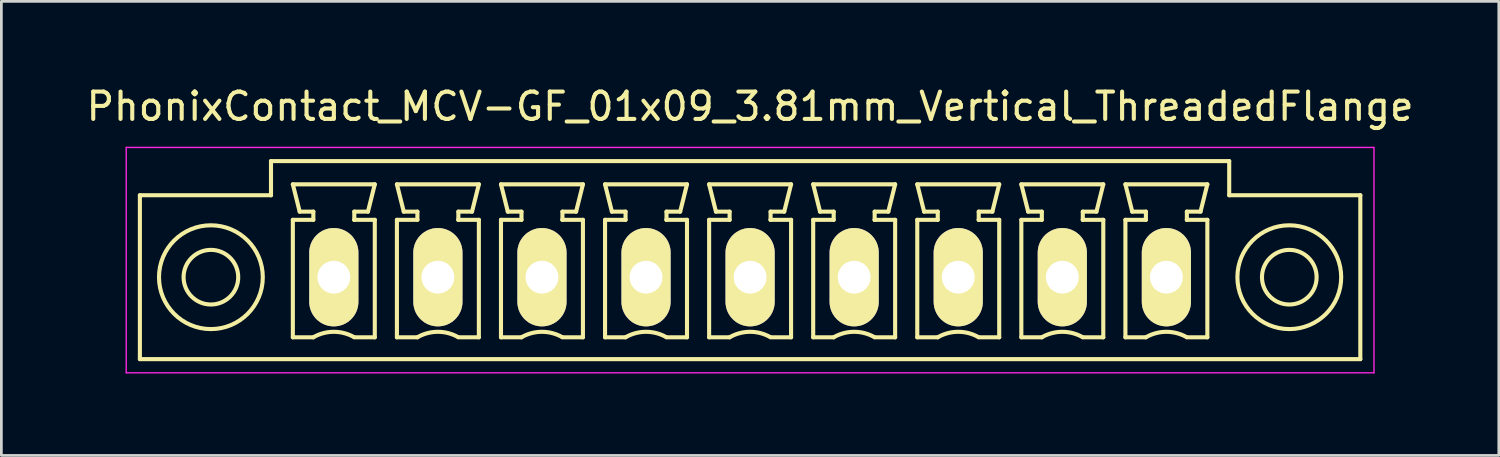
<source format=kicad_pcb>
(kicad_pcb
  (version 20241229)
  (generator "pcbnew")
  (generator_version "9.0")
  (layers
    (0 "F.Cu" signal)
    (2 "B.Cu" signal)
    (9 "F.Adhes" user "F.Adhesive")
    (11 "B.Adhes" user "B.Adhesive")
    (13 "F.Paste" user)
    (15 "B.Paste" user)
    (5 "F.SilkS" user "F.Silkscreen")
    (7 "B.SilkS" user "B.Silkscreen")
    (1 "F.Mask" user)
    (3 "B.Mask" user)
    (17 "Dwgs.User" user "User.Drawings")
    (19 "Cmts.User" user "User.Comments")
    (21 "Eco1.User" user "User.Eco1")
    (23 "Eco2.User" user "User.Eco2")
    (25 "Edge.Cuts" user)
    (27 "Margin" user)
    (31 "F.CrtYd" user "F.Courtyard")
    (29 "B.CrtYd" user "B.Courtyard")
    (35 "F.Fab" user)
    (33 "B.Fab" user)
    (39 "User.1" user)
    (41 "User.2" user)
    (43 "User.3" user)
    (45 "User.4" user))
  (footprint "PhonixContact_MCV-GF_01x09_3.81mm_Vertical_ThreadedFlange"
    (layer "F.Cu")
    (at 9.171 7.098)
    (property "Reference" "PhonixContact_MCV-GF_01x09_3.81mm_Vertical_ThreadedFlange" (at 15.24 -6.25 0) (layer "F.SilkS") (effects (font (size 1 1) (thickness 0.15))))
    (attr through_hole)
    (fp_line (start -7.1 -3) (end -7.1 3) (stroke (width 0.15) (type solid)) (layer "F.SilkS"))
    (fp_line (start -7.1 3) (end 37.58 3) (stroke (width 0.15) (type solid)) (layer "F.SilkS"))
    (fp_line (start -2.3 -4.25) (end -2.3 -3) (stroke (width 0.15) (type solid)) (layer "F.SilkS"))
    (fp_line (start -2.3 -3) (end -7.1 -3) (stroke (width 0.15) (type solid)) (layer "F.SilkS"))
    (fp_line (start -1.5 -3.4) (end 1.5 -3.4) (stroke (width 0.15) (type solid)) (layer "F.SilkS"))
    (fp_line (start -1.5 -2.1) (end -0.75 -2.1) (stroke (width 0.15) (type solid)) (layer "F.SilkS"))
    (fp_line (start -1.5 2.2) (end -1.5 -2.1) (stroke (width 0.15) (type solid)) (layer "F.SilkS"))
    (fp_line (start -1.25 -2.4) (end -1.5 -3.4) (stroke (width 0.15) (type solid)) (layer "F.SilkS"))
    (fp_line (start -0.75 -2.4) (end -1.25 -2.4) (stroke (width 0.15) (type solid)) (layer "F.SilkS"))
    (fp_line (start -0.75 -2.1) (end -0.75 -2.4) (stroke (width 0.15) (type solid)) (layer "F.SilkS"))
    (fp_line (start -0.75 2.2) (end -1.5 2.2) (stroke (width 0.15) (type solid)) (layer "F.SilkS"))
    (fp_line (start 0.75 -2.4) (end 0.75 -2.1) (stroke (width 0.15) (type solid)) (layer "F.SilkS"))
    (fp_line (start 0.75 -2.1) (end 0.75 -2.1) (stroke (width 0.15) (type solid)) (layer "F.SilkS"))
    (fp_line (start 0.75 -2.1) (end 1.5 -2.1) (stroke (width 0.15) (type solid)) (layer "F.SilkS"))
    (fp_line (start 1.25 -2.4) (end 0.75 -2.4) (stroke (width 0.15) (type solid)) (layer "F.SilkS"))
    (fp_line (start 1.5 -3.4) (end 1.25 -2.4) (stroke (width 0.15) (type solid)) (layer "F.SilkS"))
    (fp_line (start 1.5 -2.1) (end 1.5 2.2) (stroke (width 0.15) (type solid)) (layer "F.SilkS"))
    (fp_line (start 1.5 2.2) (end 0.75 2.2) (stroke (width 0.15) (type solid)) (layer "F.SilkS"))
    (fp_line (start 2.31 -3.4) (end 5.31 -3.4) (stroke (width 0.15) (type solid)) (layer "F.SilkS"))
    (fp_line (start 2.31 -2.1) (end 3.06 -2.1) (stroke (width 0.15) (type solid)) (layer "F.SilkS"))
    (fp_line (start 2.31 2.2) (end 2.31 -2.1) (stroke (width 0.15) (type solid)) (layer "F.SilkS"))
    (fp_line (start 2.56 -2.4) (end 2.31 -3.4) (stroke (width 0.15) (type solid)) (layer "F.SilkS"))
    (fp_line (start 3.06 -2.4) (end 2.56 -2.4) (stroke (width 0.15) (type solid)) (layer "F.SilkS"))
    (fp_line (start 3.06 -2.1) (end 3.06 -2.4) (stroke (width 0.15) (type solid)) (layer "F.SilkS"))
    (fp_line (start 3.06 2.2) (end 2.31 2.2) (stroke (width 0.15) (type solid)) (layer "F.SilkS"))
    (fp_line (start 4.56 -2.4) (end 4.56 -2.1) (stroke (width 0.15) (type solid)) (layer "F.SilkS"))
    (fp_line (start 4.56 -2.1) (end 4.56 -2.1) (stroke (width 0.15) (type solid)) (layer "F.SilkS"))
    (fp_line (start 4.56 -2.1) (end 5.31 -2.1) (stroke (width 0.15) (type solid)) (layer "F.SilkS"))
    (fp_line (start 5.06 -2.4) (end 4.56 -2.4) (stroke (width 0.15) (type solid)) (layer "F.SilkS"))
    (fp_line (start 5.31 -3.4) (end 5.06 -2.4) (stroke (width 0.15) (type solid)) (layer "F.SilkS"))
    (fp_line (start 5.31 -2.1) (end 5.31 2.2) (stroke (width 0.15) (type solid)) (layer "F.SilkS"))
    (fp_line (start 5.31 2.2) (end 4.56 2.2) (stroke (width 0.15) (type solid)) (layer "F.SilkS"))
    (fp_line (start 6.12 -3.4) (end 9.12 -3.4) (stroke (width 0.15) (type solid)) (layer "F.SilkS"))
    (fp_line (start 6.12 -2.1) (end 6.87 -2.1) (stroke (width 0.15) (type solid)) (layer "F.SilkS"))
    (fp_line (start 6.12 2.2) (end 6.12 -2.1) (stroke (width 0.15) (type solid)) (layer "F.SilkS"))
    (fp_line (start 6.37 -2.4) (end 6.12 -3.4) (stroke (width 0.15) (type solid)) (layer "F.SilkS"))
    (fp_line (start 6.87 -2.4) (end 6.37 -2.4) (stroke (width 0.15) (type solid)) (layer "F.SilkS"))
    (fp_line (start 6.87 -2.1) (end 6.87 -2.4) (stroke (width 0.15) (type solid)) (layer "F.SilkS"))
    (fp_line (start 6.87 2.2) (end 6.12 2.2) (stroke (width 0.15) (type solid)) (layer "F.SilkS"))
    (fp_line (start 8.37 -2.4) (end 8.37 -2.1) (stroke (width 0.15) (type solid)) (layer "F.SilkS"))
    (fp_line (start 8.37 -2.1) (end 8.37 -2.1) (stroke (width 0.15) (type solid)) (layer "F.SilkS"))
    (fp_line (start 8.37 -2.1) (end 9.12 -2.1) (stroke (width 0.15) (type solid)) (layer "F.SilkS"))
    (fp_line (start 8.87 -2.4) (end 8.37 -2.4) (stroke (width 0.15) (type solid)) (layer "F.SilkS"))
    (fp_line (start 9.12 -3.4) (end 8.87 -2.4) (stroke (width 0.15) (type solid)) (layer "F.SilkS"))
    (fp_line (start 9.12 -2.1) (end 9.12 2.2) (stroke (width 0.15) (type solid)) (layer "F.SilkS"))
    (fp_line (start 9.12 2.2) (end 8.37 2.2) (stroke (width 0.15) (type solid)) (layer "F.SilkS"))
    (fp_line (start 9.93 -3.4) (end 12.93 -3.4) (stroke (width 0.15) (type solid)) (layer "F.SilkS"))
    (fp_line (start 9.93 -2.1) (end 10.68 -2.1) (stroke (width 0.15) (type solid)) (layer "F.SilkS"))
    (fp_line (start 9.93 2.2) (end 9.93 -2.1) (stroke (width 0.15) (type solid)) (layer "F.SilkS"))
    (fp_line (start 10.18 -2.4) (end 9.93 -3.4) (stroke (width 0.15) (type solid)) (layer "F.SilkS"))
    (fp_line (start 10.68 -2.4) (end 10.18 -2.4) (stroke (width 0.15) (type solid)) (layer "F.SilkS"))
    (fp_line (start 10.68 -2.1) (end 10.68 -2.4) (stroke (width 0.15) (type solid)) (layer "F.SilkS"))
    (fp_line (start 10.68 2.2) (end 9.93 2.2) (stroke (width 0.15) (type solid)) (layer "F.SilkS"))
    (fp_line (start 12.18 -2.4) (end 12.18 -2.1) (stroke (width 0.15) (type solid)) (layer "F.SilkS"))
    (fp_line (start 12.18 -2.1) (end 12.18 -2.1) (stroke (width 0.15) (type solid)) (layer "F.SilkS"))
    (fp_line (start 12.18 -2.1) (end 12.93 -2.1) (stroke (width 0.15) (type solid)) (layer "F.SilkS"))
    (fp_line (start 12.68 -2.4) (end 12.18 -2.4) (stroke (width 0.15) (type solid)) (layer "F.SilkS"))
    (fp_line (start 12.93 -3.4) (end 12.68 -2.4) (stroke (width 0.15) (type solid)) (layer "F.SilkS"))
    (fp_line (start 12.93 -2.1) (end 12.93 2.2) (stroke (width 0.15) (type solid)) (layer "F.SilkS"))
    (fp_line (start 12.93 2.2) (end 12.18 2.2) (stroke (width 0.15) (type solid)) (layer "F.SilkS"))
    (fp_line (start 13.74 -3.4) (end 16.74 -3.4) (stroke (width 0.15) (type solid)) (layer "F.SilkS"))
    (fp_line (start 13.74 -2.1) (end 14.49 -2.1) (stroke (width 0.15) (type solid)) (layer "F.SilkS"))
    (fp_line (start 13.74 2.2) (end 13.74 -2.1) (stroke (width 0.15) (type solid)) (layer "F.SilkS"))
    (fp_line (start 13.99 -2.4) (end 13.74 -3.4) (stroke (width 0.15) (type solid)) (layer "F.SilkS"))
    (fp_line (start 14.49 -2.4) (end 13.99 -2.4) (stroke (width 0.15) (type solid)) (layer "F.SilkS"))
    (fp_line (start 14.49 -2.1) (end 14.49 -2.4) (stroke (width 0.15) (type solid)) (layer "F.SilkS"))
    (fp_line (start 14.49 2.2) (end 13.74 2.2) (stroke (width 0.15) (type solid)) (layer "F.SilkS"))
    (fp_line (start 15.99 -2.4) (end 15.99 -2.1) (stroke (width 0.15) (type solid)) (layer "F.SilkS"))
    (fp_line (start 15.99 -2.1) (end 15.99 -2.1) (stroke (width 0.15) (type solid)) (layer "F.SilkS"))
    (fp_line (start 15.99 -2.1) (end 16.74 -2.1) (stroke (width 0.15) (type solid)) (layer "F.SilkS"))
    (fp_line (start 16.49 -2.4) (end 15.99 -2.4) (stroke (width 0.15) (type solid)) (layer "F.SilkS"))
    (fp_line (start 16.74 -3.4) (end 16.49 -2.4) (stroke (width 0.15) (type solid)) (layer "F.SilkS"))
    (fp_line (start 16.74 -2.1) (end 16.74 2.2) (stroke (width 0.15) (type solid)) (layer "F.SilkS"))
    (fp_line (start 16.74 2.2) (end 15.99 2.2) (stroke (width 0.15) (type solid)) (layer "F.SilkS"))
    (fp_line (start 17.55 -3.4) (end 20.55 -3.4) (stroke (width 0.15) (type solid)) (layer "F.SilkS"))
    (fp_line (start 17.55 -2.1) (end 18.3 -2.1) (stroke (width 0.15) (type solid)) (layer "F.SilkS"))
    (fp_line (start 17.55 2.2) (end 17.55 -2.1) (stroke (width 0.15) (type solid)) (layer "F.SilkS"))
    (fp_line (start 17.8 -2.4) (end 17.55 -3.4) (stroke (width 0.15) (type solid)) (layer "F.SilkS"))
    (fp_line (start 18.3 -2.4) (end 17.8 -2.4) (stroke (width 0.15) (type solid)) (layer "F.SilkS"))
    (fp_line (start 18.3 -2.1) (end 18.3 -2.4) (stroke (width 0.15) (type solid)) (layer "F.SilkS"))
    (fp_line (start 18.3 2.2) (end 17.55 2.2) (stroke (width 0.15) (type solid)) (layer "F.SilkS"))
    (fp_line (start 19.8 -2.4) (end 19.8 -2.1) (stroke (width 0.15) (type solid)) (layer "F.SilkS"))
    (fp_line (start 19.8 -2.1) (end 19.8 -2.1) (stroke (width 0.15) (type solid)) (layer "F.SilkS"))
    (fp_line (start 19.8 -2.1) (end 20.55 -2.1) (stroke (width 0.15) (type solid)) (layer "F.SilkS"))
    (fp_line (start 20.3 -2.4) (end 19.8 -2.4) (stroke (width 0.15) (type solid)) (layer "F.SilkS"))
    (fp_line (start 20.55 -3.4) (end 20.3 -2.4) (stroke (width 0.15) (type solid)) (layer "F.SilkS"))
    (fp_line (start 20.55 -2.1) (end 20.55 2.2) (stroke (width 0.15) (type solid)) (layer "F.SilkS"))
    (fp_line (start 20.55 2.2) (end 19.8 2.2) (stroke (width 0.15) (type solid)) (layer "F.SilkS"))
    (fp_line (start 21.36 -3.4) (end 24.36 -3.4) (stroke (width 0.15) (type solid)) (layer "F.SilkS"))
    (fp_line (start 21.36 -2.1) (end 22.11 -2.1) (stroke (width 0.15) (type solid)) (layer "F.SilkS"))
    (fp_line (start 21.36 2.2) (end 21.36 -2.1) (stroke (width 0.15) (type solid)) (layer "F.SilkS"))
    (fp_line (start 21.61 -2.4) (end 21.36 -3.4) (stroke (width 0.15) (type solid)) (layer "F.SilkS"))
    (fp_line (start 22.11 -2.4) (end 21.61 -2.4) (stroke (width 0.15) (type solid)) (layer "F.SilkS"))
    (fp_line (start 22.11 -2.1) (end 22.11 -2.4) (stroke (width 0.15) (type solid)) (layer "F.SilkS"))
    (fp_line (start 22.11 2.2) (end 21.36 2.2) (stroke (width 0.15) (type solid)) (layer "F.SilkS"))
    (fp_line (start 23.61 -2.4) (end 23.61 -2.1) (stroke (width 0.15) (type solid)) (layer "F.SilkS"))
    (fp_line (start 23.61 -2.1) (end 23.61 -2.1) (stroke (width 0.15) (type solid)) (layer "F.SilkS"))
    (fp_line (start 23.61 -2.1) (end 24.36 -2.1) (stroke (width 0.15) (type solid)) (layer "F.SilkS"))
    (fp_line (start 24.11 -2.4) (end 23.61 -2.4) (stroke (width 0.15) (type solid)) (layer "F.SilkS"))
    (fp_line (start 24.36 -3.4) (end 24.11 -2.4) (stroke (width 0.15) (type solid)) (layer "F.SilkS"))
    (fp_line (start 24.36 -2.1) (end 24.36 2.2) (stroke (width 0.15) (type solid)) (layer "F.SilkS"))
    (fp_line (start 24.36 2.2) (end 23.61 2.2) (stroke (width 0.15) (type solid)) (layer "F.SilkS"))
    (fp_line (start 25.17 -3.4) (end 28.17 -3.4) (stroke (width 0.15) (type solid)) (layer "F.SilkS"))
    (fp_line (start 25.17 -2.1) (end 25.92 -2.1) (stroke (width 0.15) (type solid)) (layer "F.SilkS"))
    (fp_line (start 25.17 2.2) (end 25.17 -2.1) (stroke (width 0.15) (type solid)) (layer "F.SilkS"))
    (fp_line (start 25.42 -2.4) (end 25.17 -3.4) (stroke (width 0.15) (type solid)) (layer "F.SilkS"))
    (fp_line (start 25.92 -2.4) (end 25.42 -2.4) (stroke (width 0.15) (type solid)) (layer "F.SilkS"))
    (fp_line (start 25.92 -2.1) (end 25.92 -2.4) (stroke (width 0.15) (type solid)) (layer "F.SilkS"))
    (fp_line (start 25.92 2.2) (end 25.17 2.2) (stroke (width 0.15) (type solid)) (layer "F.SilkS"))
    (fp_line (start 27.42 -2.4) (end 27.42 -2.1) (stroke (width 0.15) (type solid)) (layer "F.SilkS"))
    (fp_line (start 27.42 -2.1) (end 27.42 -2.1) (stroke (width 0.15) (type solid)) (layer "F.SilkS"))
    (fp_line (start 27.42 -2.1) (end 28.17 -2.1) (stroke (width 0.15) (type solid)) (layer "F.SilkS"))
    (fp_line (start 27.92 -2.4) (end 27.42 -2.4) (stroke (width 0.15) (type solid)) (layer "F.SilkS"))
    (fp_line (start 28.17 -3.4) (end 27.92 -2.4) (stroke (width 0.15) (type solid)) (layer "F.SilkS"))
    (fp_line (start 28.17 -2.1) (end 28.17 2.2) (stroke (width 0.15) (type solid)) (layer "F.SilkS"))
    (fp_line (start 28.17 2.2) (end 27.42 2.2) (stroke (width 0.15) (type solid)) (layer "F.SilkS"))
    (fp_line (start 28.98 -3.4) (end 31.98 -3.4) (stroke (width 0.15) (type solid)) (layer "F.SilkS"))
    (fp_line (start 28.98 -2.1) (end 29.73 -2.1) (stroke (width 0.15) (type solid)) (layer "F.SilkS"))
    (fp_line (start 28.98 2.2) (end 28.98 -2.1) (stroke (width 0.15) (type solid)) (layer "F.SilkS"))
    (fp_line (start 29.23 -2.4) (end 28.98 -3.4) (stroke (width 0.15) (type solid)) (layer "F.SilkS"))
    (fp_line (start 29.73 -2.4) (end 29.23 -2.4) (stroke (width 0.15) (type solid)) (layer "F.SilkS"))
    (fp_line (start 29.73 -2.1) (end 29.73 -2.4) (stroke (width 0.15) (type solid)) (layer "F.SilkS"))
    (fp_line (start 29.73 2.2) (end 28.98 2.2) (stroke (width 0.15) (type solid)) (layer "F.SilkS"))
    (fp_line (start 31.23 -2.4) (end 31.23 -2.1) (stroke (width 0.15) (type solid)) (layer "F.SilkS"))
    (fp_line (start 31.23 -2.1) (end 31.23 -2.1) (stroke (width 0.15) (type solid)) (layer "F.SilkS"))
    (fp_line (start 31.23 -2.1) (end 31.98 -2.1) (stroke (width 0.15) (type solid)) (layer "F.SilkS"))
    (fp_line (start 31.73 -2.4) (end 31.23 -2.4) (stroke (width 0.15) (type solid)) (layer "F.SilkS"))
    (fp_line (start 31.98 -3.4) (end 31.73 -2.4) (stroke (width 0.15) (type solid)) (layer "F.SilkS"))
    (fp_line (start 31.98 -2.1) (end 31.98 2.2) (stroke (width 0.15) (type solid)) (layer "F.SilkS"))
    (fp_line (start 31.98 2.2) (end 31.23 2.2) (stroke (width 0.15) (type solid)) (layer "F.SilkS"))
    (fp_line (start 32.78 -4.25) (end -2.3 -4.25) (stroke (width 0.15) (type solid)) (layer "F.SilkS"))
    (fp_line (start 32.78 -3) (end 32.78 -4.25) (stroke (width 0.15) (type solid)) (layer "F.SilkS"))
    (fp_line (start 37.58 -3) (end 32.78 -3) (stroke (width 0.15) (type solid)) (layer "F.SilkS"))
    (fp_line (start 37.58 3) (end 37.58 -3) (stroke (width 0.15) (type solid)) (layer "F.SilkS"))
    (fp_arc (start -0.75 2.2) (mid -0.006068 1.999179) (end 0.739464 2.193978) (stroke (width 0.15) (type solid)) (layer "F.SilkS"))
    (fp_arc (start 3.06 2.2) (mid 3.803932 1.999179) (end 4.549464 2.193978) (stroke (width 0.15) (type solid)) (layer "F.SilkS"))
    (fp_arc (start 6.87 2.2) (mid 7.613932 1.999179) (end 8.359464 2.193978) (stroke (width 0.15) (type solid)) (layer "F.SilkS"))
    (fp_arc (start 10.68 2.2) (mid 11.423932 1.999179) (end 12.169464 2.193978) (stroke (width 0.15) (type solid)) (layer "F.SilkS"))
    (fp_arc (start 14.49 2.2) (mid 15.233932 1.999179) (end 15.979464 2.193978) (stroke (width 0.15) (type solid)) (layer "F.SilkS"))
    (fp_arc (start 18.3 2.2) (mid 19.043932 1.999179) (end 19.789464 2.193978) (stroke (width 0.15) (type solid)) (layer "F.SilkS"))
    (fp_arc (start 22.11 2.2) (mid 22.853932 1.999179) (end 23.599464 2.193978) (stroke (width 0.15) (type solid)) (layer "F.SilkS"))
    (fp_arc (start 25.92 2.2) (mid 26.663932 1.999179) (end 27.409464 2.193978) (stroke (width 0.15) (type solid)) (layer "F.SilkS"))
    (fp_arc (start 29.73 2.2) (mid 30.473932 1.999179) (end 31.219464 2.193978) (stroke (width 0.15) (type solid)) (layer "F.SilkS"))
    (fp_circle (center -4.5 0) (end -3.5 0) (stroke (width 0.15) (type solid)) (fill no) (layer "F.SilkS"))
    (fp_circle (center -4.5 0) (end -2.6 0) (stroke (width 0.15) (type solid)) (fill no) (layer "F.SilkS"))
    (fp_circle (center 34.98 0) (end 35.98 0) (stroke (width 0.15) (type solid)) (fill no) (layer "F.SilkS"))
    (fp_circle (center 34.98 0) (end 36.88 0) (stroke (width 0.15) (type solid)) (fill no) (layer "F.SilkS"))
    (fp_line (start -7.6 -4.75) (end -7.6 3.5) (stroke (width 0.05) (type solid)) (layer "F.CrtYd"))
    (fp_line (start -7.6 3.5) (end 38.08 3.5) (stroke (width 0.05) (type solid)) (layer "F.CrtYd"))
    (fp_line (start 38.08 -4.75) (end -7.6 -4.75) (stroke (width 0.05) (type solid)) (layer "F.CrtYd"))
    (fp_line (start 38.08 3.5) (end 38.08 -4.75) (stroke (width 0.05) (type solid)) (layer "F.CrtYd"))
    (pad "1" thru_hole oval (at 0 0) (size 1.8 3.6) (drill 1.2) (layers "*.Cu" "*.Mask" "F.SilkS"))
    (pad "2" thru_hole oval (at 3.81 0) (size 1.8 3.6) (drill 1.2) (layers "*.Cu" "*.Mask" "F.SilkS"))
    (pad "3" thru_hole oval (at 7.62 0) (size 1.8 3.6) (drill 1.2) (layers "*.Cu" "*.Mask" "F.SilkS"))
    (pad "4" thru_hole oval (at 11.43 0) (size 1.8 3.6) (drill 1.2) (layers "*.Cu" "*.Mask" "F.SilkS"))
    (pad "5" thru_hole oval (at 15.24 0) (size 1.8 3.6) (drill 1.2) (layers "*.Cu" "*.Mask" "F.SilkS"))
    (pad "6" thru_hole oval (at 19.05 0) (size 1.8 3.6) (drill 1.2) (layers "*.Cu" "*.Mask" "F.SilkS"))
    (pad "7" thru_hole oval (at 22.86 0) (size 1.8 3.6) (drill 1.2) (layers "*.Cu" "*.Mask" "F.SilkS"))
    (pad "8" thru_hole oval (at 26.67 0) (size 1.8 3.6) (drill 1.2) (layers "*.Cu" "*.Mask" "F.SilkS"))
    (pad "9" thru_hole oval (at 30.48 0) (size 1.8 3.6) (drill 1.2) (layers "*.Cu" "*.Mask" "F.SilkS")))
  (gr_rect
    (start -3 -3)
    (end 51.821 13.623)
    (stroke (width 0.1) (type default))
    (fill no)
    (layer "Edge.Cuts")))
</source>
